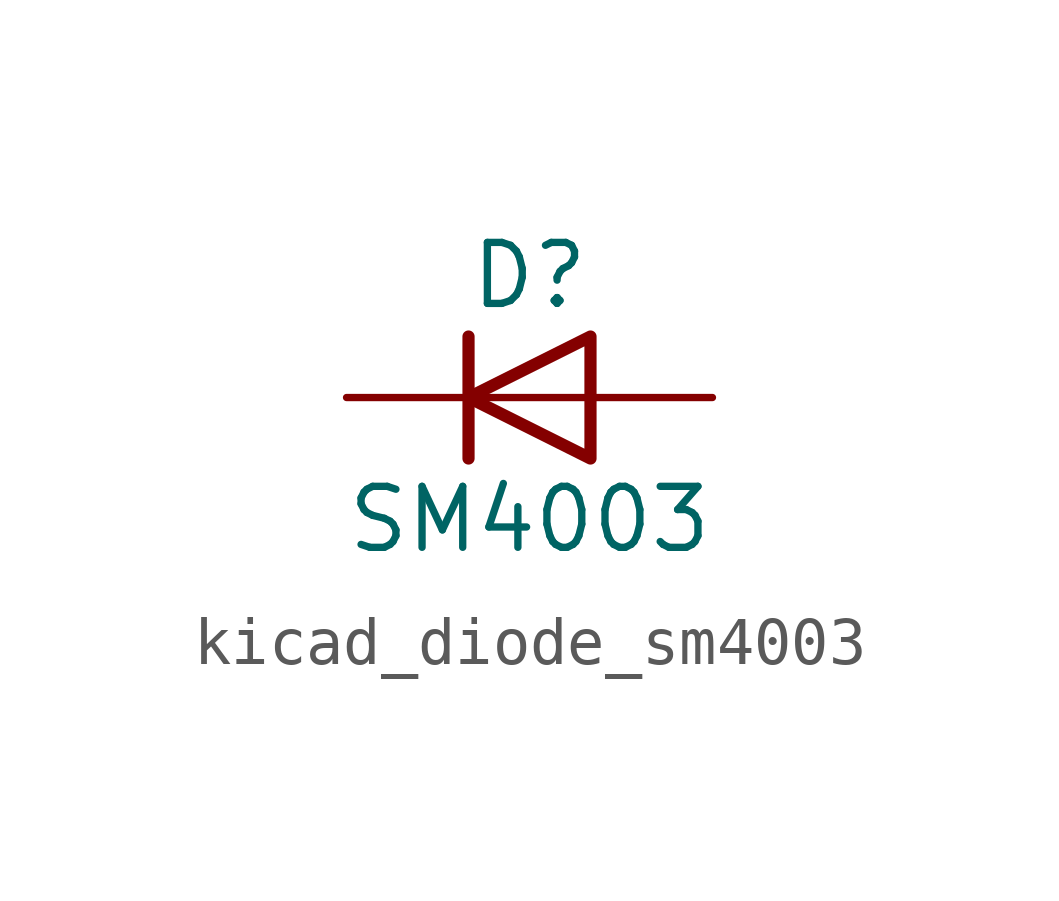
<source format=kicad_sym>
(kicad_symbol_lib
  (version 20220914)
  (generator kicad_symbol_editor)
  (symbol "kicad_diode_sm4003"
    (pin_numbers hide)
    (pin_names hide)
    (property "Reference" "D"
      (at 0 2.54 0)
      (effects (font (size 1.27 1.27))))
    (property "Value" "SM4003"
      (at 0 -2.54 0)
      (effects (font (size 1.27 1.27))))
    (symbol "kicad_diode_sm4003_0_1"
      (polyline (pts (xy -1.27 1.27) (xy -1.27 -1.27)) (stroke (width 0.254) (type default)) (fill (type none)))
      (polyline (pts (xy 1.27 0) (xy -1.27 0)) (stroke (width 0) (type default)) (fill (type none)))
      (polyline (pts (xy 1.27 1.27) (xy 1.27 -1.27) (xy -1.27 0) (xy 1.27 1.27)) (stroke (width 0.254) (type default)) (fill (type none))))
    (symbol "kicad_diode_sm4003_1_1"
      (pin passive line (at -3.81 0 0) (length 2.54) (name "K" (effects (font (size 1.27 1.27)))) (number "1" (effects (font (size 1.27 1.27)))))
      (pin passive line (at 3.81 0 180) (length 2.54) (name "A" (effects (font (size 1.27 1.27)))) (number "2" (effects (font (size 1.27 1.27))))))))
</source>
